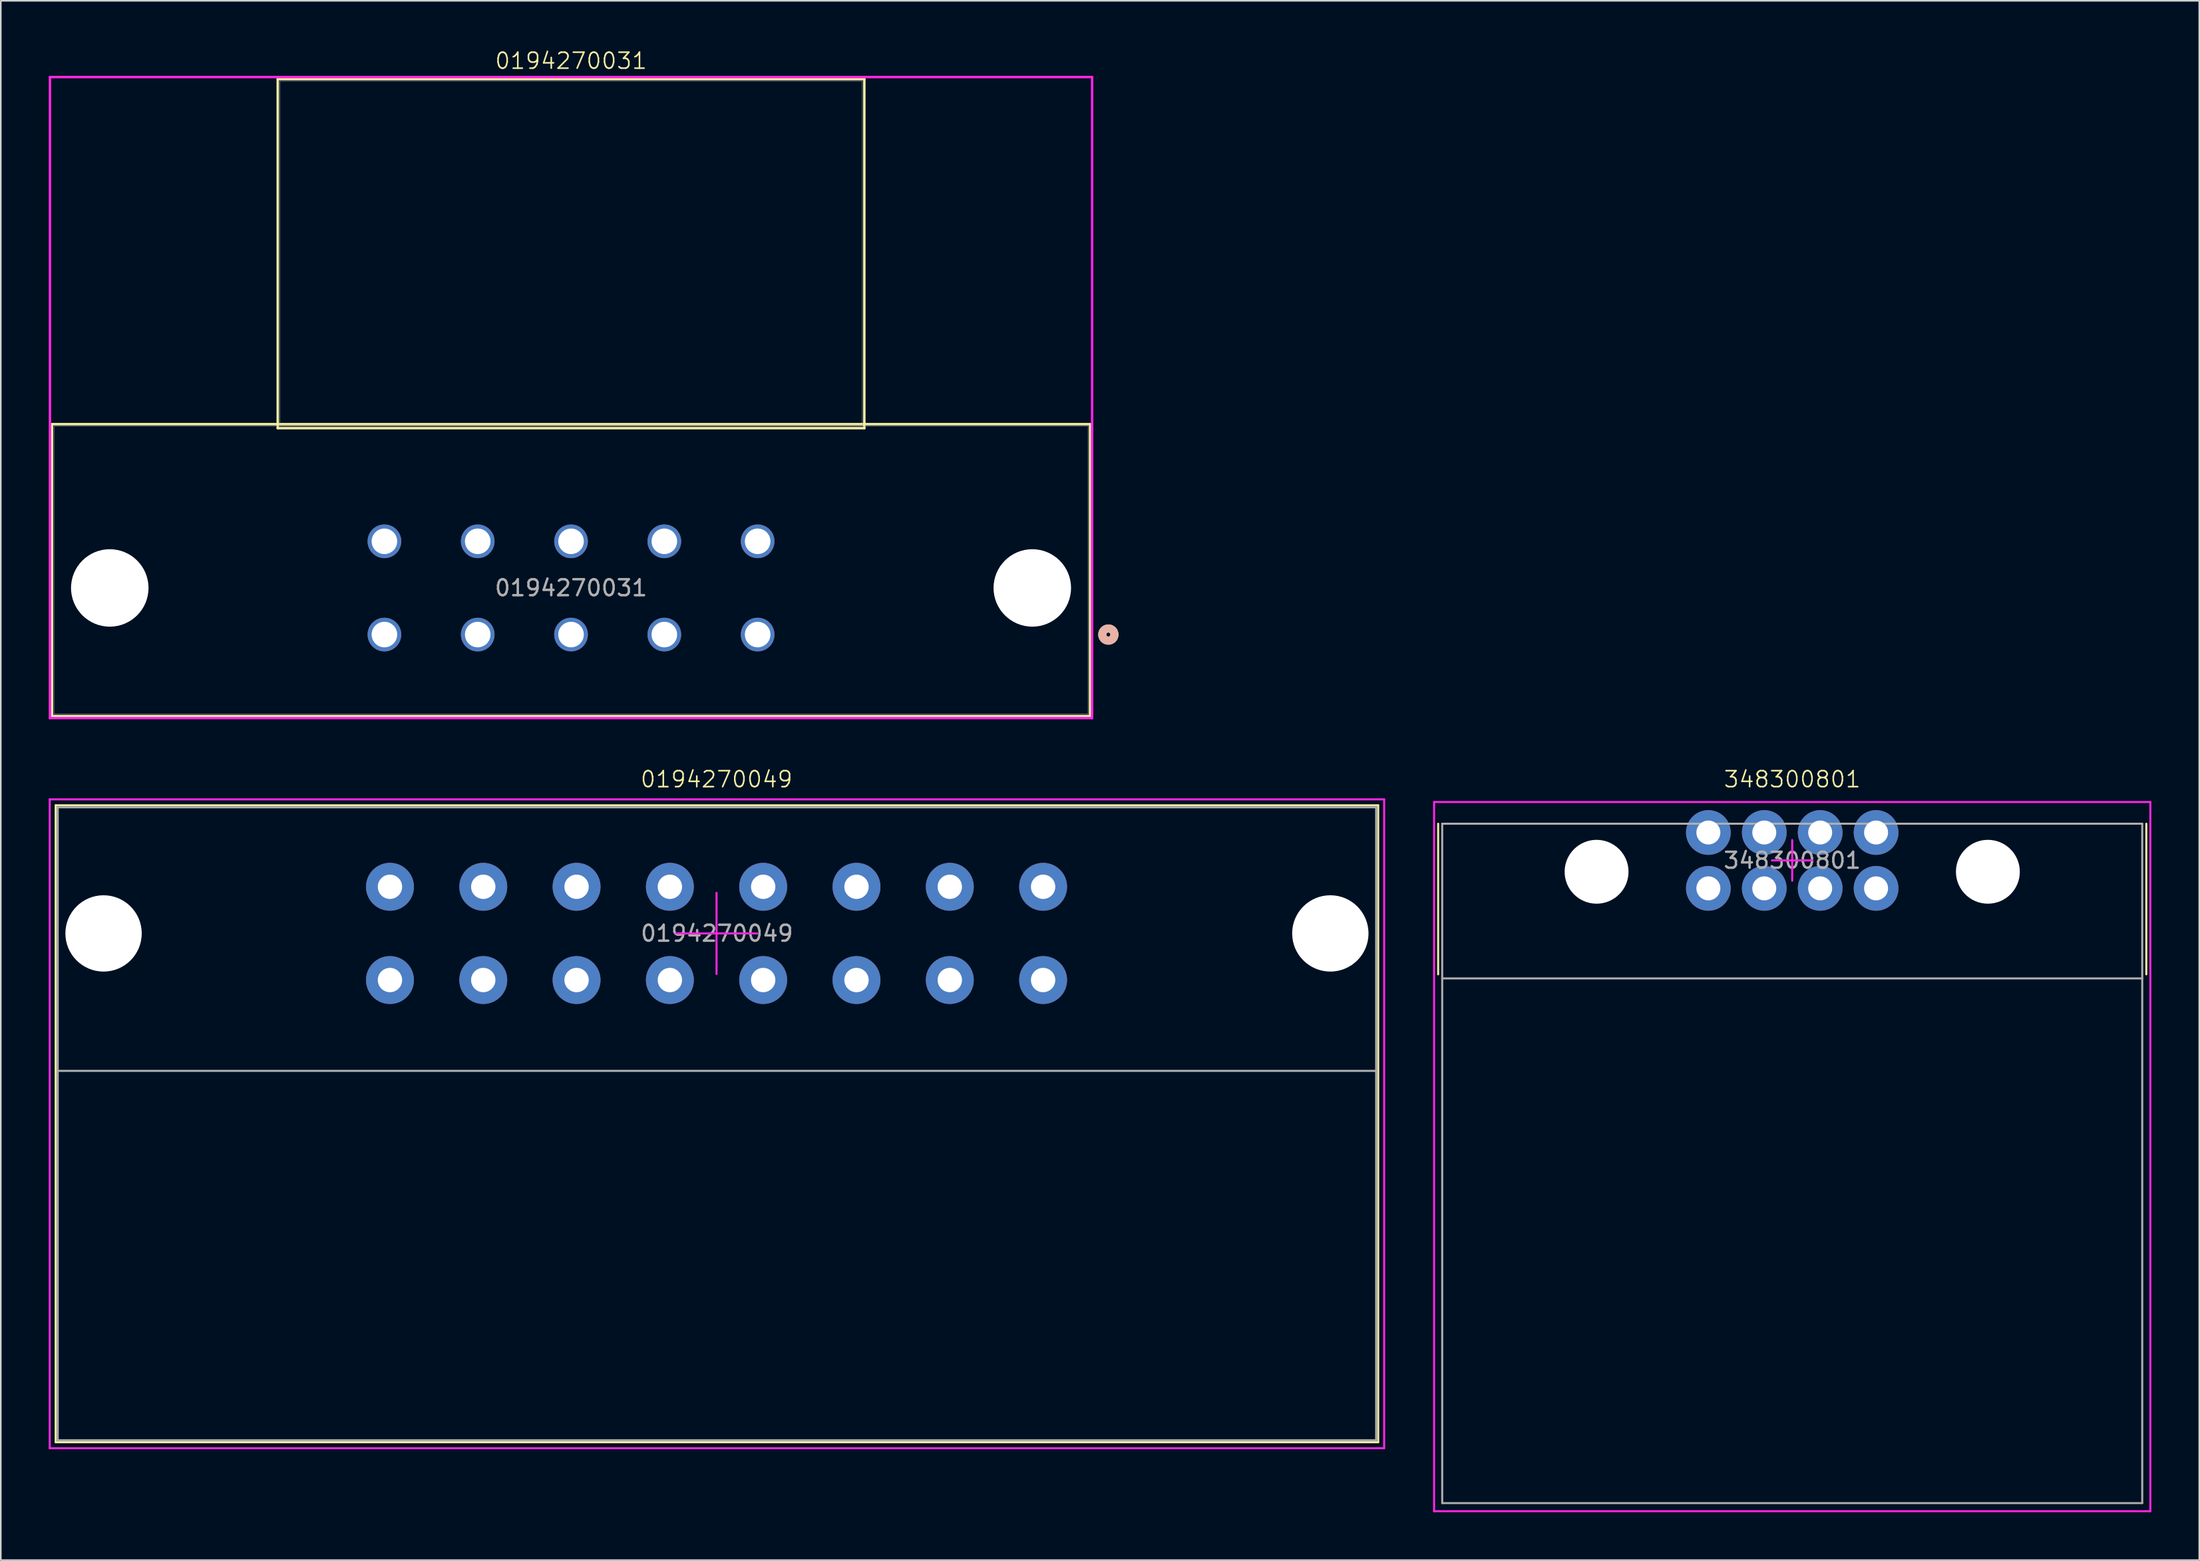
<source format=kicad_pcb>
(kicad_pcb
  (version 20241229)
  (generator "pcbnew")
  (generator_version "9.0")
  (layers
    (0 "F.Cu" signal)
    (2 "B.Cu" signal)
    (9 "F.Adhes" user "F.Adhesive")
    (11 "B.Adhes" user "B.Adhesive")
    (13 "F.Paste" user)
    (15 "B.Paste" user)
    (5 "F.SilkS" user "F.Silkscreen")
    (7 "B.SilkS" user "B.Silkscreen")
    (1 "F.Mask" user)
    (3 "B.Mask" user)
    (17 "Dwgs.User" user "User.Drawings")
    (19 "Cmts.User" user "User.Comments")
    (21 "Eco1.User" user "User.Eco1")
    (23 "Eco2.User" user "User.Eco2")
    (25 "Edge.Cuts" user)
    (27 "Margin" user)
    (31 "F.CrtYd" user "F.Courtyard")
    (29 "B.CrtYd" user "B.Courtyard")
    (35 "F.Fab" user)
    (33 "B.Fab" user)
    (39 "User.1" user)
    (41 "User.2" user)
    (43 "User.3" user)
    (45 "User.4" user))
  (footprint "0194270031"
    (layer "F.Cu")
    (at 32.703 33.781)
    (property "Reference" "0194270031" (at 0 -33.02 0) (unlocked yes) (layer "F.SilkS") (effects (font (size 1 1) (thickness 0.1))))
    (attr through_hole)
    (fp_line (start -32.499 -10.262) (end -32.499 8.026) (stroke (width 0.152) (type solid)) (layer "F.SilkS"))
    (fp_line (start -32.499 8.026) (end 32.499 8.026) (stroke (width 0.152) (type solid)) (layer "F.SilkS"))
    (fp_line (start -18.364 -31.877) (end -18.364 -10.008) (stroke (width 0.152) (type solid)) (layer "F.SilkS"))
    (fp_line (start -18.364 -10.008) (end 18.364 -10.008) (stroke (width 0.152) (type solid)) (layer "F.SilkS"))
    (fp_line (start 18.364 -31.877) (end -18.364 -31.877) (stroke (width 0.152) (type solid)) (layer "F.SilkS"))
    (fp_line (start 18.364 -10.008) (end 18.364 -31.877) (stroke (width 0.152) (type solid)) (layer "F.SilkS"))
    (fp_line (start 32.499 -10.262) (end -32.499 -10.262) (stroke (width 0.152) (type solid)) (layer "F.SilkS"))
    (fp_line (start 32.499 8.026) (end 32.499 -10.262) (stroke (width 0.152) (type solid)) (layer "F.SilkS"))
    (fp_circle (center 33.642 2.921) (end 34.023 2.921) (stroke (width 0.508) (type solid)) (fill no) (layer "F.SilkS"))
    (fp_circle (center 33.642 2.921) (end 34.023 2.921) (stroke (width 0.508) (type solid)) (fill no) (layer "B.SilkS"))
    (fp_line (start -32.626 -32.004) (end -32.626 8.153) (stroke (width 0.152) (type solid)) (layer "F.CrtYd"))
    (fp_line (start -32.626 8.153) (end 32.626 8.153) (stroke (width 0.152) (type solid)) (layer "F.CrtYd"))
    (fp_line (start 32.626 -32.004) (end -32.626 -32.004) (stroke (width 0.152) (type solid)) (layer "F.CrtYd"))
    (fp_line (start 32.626 8.153) (end 32.626 -32.004) (stroke (width 0.152) (type solid)) (layer "F.CrtYd"))
    (fp_line (start -32.372 -10.135) (end -32.372 7.899) (stroke (width 0.025) (type solid)) (layer "F.Fab"))
    (fp_line (start -32.372 7.899) (end 32.372 7.899) (stroke (width 0.025) (type solid)) (layer "F.Fab"))
    (fp_line (start -18.237 -31.75) (end -18.237 -10.135) (stroke (width 0.025) (type solid)) (layer "F.Fab"))
    (fp_line (start -18.237 -10.135) (end 18.237 -10.135) (stroke (width 0.025) (type solid)) (layer "F.Fab"))
    (fp_line (start 18.237 -31.75) (end -18.237 -31.75) (stroke (width 0.025) (type solid)) (layer "F.Fab"))
    (fp_line (start 18.237 -10.135) (end 18.237 -31.75) (stroke (width 0.025) (type solid)) (layer "F.Fab"))
    (fp_line (start 32.372 -10.135) (end -32.372 -10.135) (stroke (width 0.025) (type solid)) (layer "F.Fab"))
    (fp_line (start 32.372 7.899) (end 32.372 -10.135) (stroke (width 0.025) (type solid)) (layer "F.Fab"))
    (fp_circle (center 11.684 2.921) (end 12.065 2.921) (stroke (width 0.508) (type solid)) (fill no) (layer "F.Fab"))
    (fp_text user "${REFERENCE}" (at 0 0 0) (unlocked yes) (layer "F.Fab") (effects (font (size 1 1) (thickness 0.15))))
    (pad "" np_thru_hole circle (at -28.88 0) (size 4.851 4.851) (drill 4.851) (layers "*.Cu" "*.Mask"))
    (pad "" np_thru_hole circle (at 28.88 0) (size 4.851 4.851) (drill 4.851) (layers "*.Cu" "*.Mask"))
    (pad "1" thru_hole circle (at 11.684 2.921) (size 2.108 2.108) (drill 1.6) (layers "*.Cu" "*.Mask"))
    (pad "2" thru_hole circle (at 5.842 2.921) (size 2.108 2.108) (drill 1.6) (layers "*.Cu" "*.Mask"))
    (pad "3" thru_hole circle (at 0 2.921) (size 2.108 2.108) (drill 1.6) (layers "*.Cu" "*.Mask"))
    (pad "4" thru_hole circle (at -5.842 2.921) (size 2.108 2.108) (drill 1.6) (layers "*.Cu" "*.Mask"))
    (pad "5" thru_hole circle (at -11.684 2.921) (size 2.108 2.108) (drill 1.6) (layers "*.Cu" "*.Mask"))
    (pad "6" thru_hole circle (at 11.684 -2.921) (size 2.108 2.108) (drill 1.6) (layers "*.Cu" "*.Mask"))
    (pad "7" thru_hole circle (at 5.842 -2.921) (size 2.108 2.108) (drill 1.6) (layers "*.Cu" "*.Mask"))
    (pad "8" thru_hole circle (at 0 -2.921) (size 2.108 2.108) (drill 1.6) (layers "*.Cu" "*.Mask"))
    (pad "9" thru_hole circle (at -5.842 -2.921) (size 2.108 2.108) (drill 1.6) (layers "*.Cu" "*.Mask"))
    (pad "10" thru_hole circle (at -11.684 -2.921) (size 2.108 2.108) (drill 1.6) (layers "*.Cu" "*.Mask")))
  (footprint "348300801"
    (layer "F.Cu")
    (at 109.163 50.851)
    (property "Reference" "348300801" (at 0 -5.08 0) (unlocked yes) (layer "F.SilkS") (effects (font (size 1 1) (thickness 0.1))))
    (attr through_hole)
    (fp_line (start -22.169 7.136) (end -22.169 -2.3) (stroke (width 0.127) (type solid)) (layer "F.SilkS"))
    (fp_line (start 22.169 7.136) (end 22.169 -2.3) (stroke (width 0.127) (type solid)) (layer "F.SilkS"))
    (fp_line (start -22.423 -3.658) (end 22.423 -3.658) (stroke (width 0.127) (type solid)) (layer "F.CrtYd"))
    (fp_line (start -22.423 40.768) (end -22.423 -3.658) (stroke (width 0.127) (type solid)) (layer "F.CrtYd"))
    (fp_line (start -22.423 40.768) (end 22.423 40.768) (stroke (width 0.127) (type solid)) (layer "F.CrtYd"))
    (fp_line (start 0 0) (end -1.27 0) (stroke (width 0.127) (type solid)) (layer "F.CrtYd"))
    (fp_line (start 0 0) (end 0 -1.27) (stroke (width 0.127) (type solid)) (layer "F.CrtYd"))
    (fp_line (start 0 0) (end 0 1.27) (stroke (width 0.127) (type solid)) (layer "F.CrtYd"))
    (fp_line (start 0 0) (end 1.27 0) (stroke (width 0.127) (type solid)) (layer "F.CrtYd"))
    (fp_line (start 22.423 40.768) (end 22.423 -3.658) (stroke (width 0.127) (type solid)) (layer "F.CrtYd"))
    (fp_line (start -21.915 -2.3) (end -21.915 40.26) (stroke (width 0.127) (type solid)) (layer "F.Fab"))
    (fp_line (start -21.915 -2.3) (end 21.915 -2.3) (stroke (width 0.127) (type solid)) (layer "F.Fab"))
    (fp_line (start -21.915 7.39) (end 21.915 7.39) (stroke (width 0.127) (type solid)) (layer "F.Fab"))
    (fp_line (start -21.915 40.26) (end 21.915 40.26) (stroke (width 0.127) (type solid)) (layer "F.Fab"))
    (fp_line (start 21.915 40.26) (end 21.915 -2.3) (stroke (width 0.127) (type solid)) (layer "F.Fab"))
    (fp_text user "${REFERENCE}" (at 0 0 0) (unlocked yes) (layer "F.Fab") (effects (font (size 1 1) (thickness 0.15))))
    (pad "" np_thru_hole circle (at -12.25 0.71) (size 4 4) (drill 4) (layers "*.Cu" "*.Mask"))
    (pad "" np_thru_hole circle (at 12.25 0.71) (size 4 4) (drill 4) (layers "*.Cu" "*.Mask"))
    (pad "1" thru_hole circle (at -5.25 -1.75) (size 2.8 2.8) (drill 1.5) (layers "*.Cu" "*.Mask"))
    (pad "2" thru_hole circle (at -1.75 -1.75) (size 2.8 2.8) (drill 1.5) (layers "*.Cu" "*.Mask"))
    (pad "3" thru_hole circle (at 1.75 -1.75) (size 2.8 2.8) (drill 1.5) (layers "*.Cu" "*.Mask"))
    (pad "4" thru_hole circle (at 5.25 -1.75) (size 2.8 2.8) (drill 1.5) (layers "*.Cu" "*.Mask"))
    (pad "5" thru_hole circle (at -5.25 1.75) (size 2.8 2.8) (drill 1.5) (layers "*.Cu" "*.Mask"))
    (pad "6" thru_hole circle (at -1.75 1.75) (size 2.8 2.8) (drill 1.5) (layers "*.Cu" "*.Mask"))
    (pad "7" thru_hole circle (at 1.75 1.75) (size 2.8 2.8) (drill 1.5) (layers "*.Cu" "*.Mask"))
    (pad "8" thru_hole circle (at 5.25 1.75) (size 2.8 2.8) (drill 1.5) (layers "*.Cu" "*.Mask")))
  (footprint "0194270049"
    (layer "F.Cu")
    (at 41.813 55.423)
    (property "Reference" "0194270049" (at 0 -9.652 0) (unlocked yes) (layer "F.SilkS") (effects (font (size 1 1) (thickness 0.1))))
    (attr through_hole)
    (fp_line (start -41.377 -8.026) (end -41.377 31.877) (stroke (width 0.127) (type solid)) (layer "F.SilkS"))
    (fp_line (start -41.377 31.877) (end 41.427 31.877) (stroke (width 0.127) (type solid)) (layer "F.SilkS"))
    (fp_line (start 41.427 -8.026) (end -41.377 -8.026) (stroke (width 0.127) (type solid)) (layer "F.SilkS"))
    (fp_line (start 41.427 31.877) (end 41.427 -8.026) (stroke (width 0.127) (type solid)) (layer "F.SilkS"))
    (fp_line (start -41.75 -8.399) (end -41.75 32.25) (stroke (width 0.127) (type solid)) (layer "F.CrtYd"))
    (fp_line (start -41.75 32.25) (end 41.8 32.25) (stroke (width 0.127) (type solid)) (layer "F.CrtYd"))
    (fp_line (start 0 0) (end -2.54 0) (stroke (width 0.127) (type solid)) (layer "F.CrtYd"))
    (fp_line (start 0 0) (end 0 -2.54) (stroke (width 0.127) (type solid)) (layer "F.CrtYd"))
    (fp_line (start 0 0) (end 0 2.54) (stroke (width 0.127) (type solid)) (layer "F.CrtYd"))
    (fp_line (start 0 0) (end 2.54 0) (stroke (width 0.127) (type solid)) (layer "F.CrtYd"))
    (fp_line (start 41.8 -8.399) (end -41.75 -8.399) (stroke (width 0.127) (type solid)) (layer "F.CrtYd"))
    (fp_line (start 41.8 32.25) (end 41.8 -8.399) (stroke (width 0.127) (type solid)) (layer "F.CrtYd"))
    (fp_line (start -41.25 -7.899) (end -41.25 31.75) (stroke (width 0.127) (type solid)) (layer "F.Fab"))
    (fp_line (start -41.25 31.75) (end 41.3 31.75) (stroke (width 0.127) (type solid)) (layer "F.Fab"))
    (fp_line (start 41.3 -7.899) (end -41.25 -7.899) (stroke (width 0.127) (type solid)) (layer "F.Fab"))
    (fp_line (start 41.3 8.611) (end -41.25 8.611) (stroke (width 0.127) (type solid)) (layer "F.Fab"))
    (fp_line (start 41.3 31.75) (end 41.3 -7.899) (stroke (width 0.127) (type solid)) (layer "F.Fab"))
    (fp_text user "${REFERENCE}" (at 0.025 0 0) (unlocked yes) (layer "F.Fab") (effects (font (size 1 1) (thickness 0.15))))
    (pad "" np_thru_hole circle (at -38.379 0) (size 4.78 4.78) (drill 4.78) (layers "*.Cu" "*.Mask"))
    (pad "" np_thru_hole circle (at 38.43 0) (size 4.78 4.78) (drill 4.78) (layers "*.Cu" "*.Mask"))
    (pad "1" thru_hole circle (at -20.447 -2.921) (size 3 3) (drill 1.524) (layers "*.Cu" "*.Mask"))
    (pad "2" thru_hole circle (at -14.605 -2.921) (size 3 3) (drill 1.524) (layers "*.Cu" "*.Mask"))
    (pad "3" thru_hole circle (at -8.763 -2.921) (size 3 3) (drill 1.524) (layers "*.Cu" "*.Mask"))
    (pad "4" thru_hole circle (at -2.921 -2.921) (size 3 3) (drill 1.524) (layers "*.Cu" "*.Mask"))
    (pad "5" thru_hole circle (at 2.921 -2.921) (size 3 3) (drill 1.524) (layers "*.Cu" "*.Mask"))
    (pad "6" thru_hole circle (at 8.763 -2.921) (size 3 3) (drill 1.524) (layers "*.Cu" "*.Mask"))
    (pad "7" thru_hole circle (at 14.605 -2.921) (size 3 3) (drill 1.524) (layers "*.Cu" "*.Mask"))
    (pad "8" thru_hole circle (at 20.447 -2.921) (size 3 3) (drill 1.524) (layers "*.Cu" "*.Mask"))
    (pad "9" thru_hole circle (at -20.447 2.921) (size 3 3) (drill 1.524) (layers "*.Cu" "*.Mask"))
    (pad "10" thru_hole circle (at -14.605 2.921) (size 3 3) (drill 1.524) (layers "*.Cu" "*.Mask"))
    (pad "11" thru_hole circle (at -8.763 2.921) (size 3 3) (drill 1.524) (layers "*.Cu" "*.Mask"))
    (pad "12" thru_hole circle (at -2.921 2.921) (size 3 3) (drill 1.524) (layers "*.Cu" "*.Mask"))
    (pad "13" thru_hole circle (at 2.921 2.921) (size 3 3) (drill 1.524) (layers "*.Cu" "*.Mask"))
    (pad "14" thru_hole circle (at 8.763 2.921) (size 3 3) (drill 1.524) (layers "*.Cu" "*.Mask"))
    (pad "15" thru_hole circle (at 14.605 2.921) (size 3 3) (drill 1.524) (layers "*.Cu" "*.Mask"))
    (pad "16" thru_hole circle (at 20.447 2.921) (size 3 3) (drill 1.524) (layers "*.Cu" "*.Mask")))
  (gr_rect
    (start -3 -3)
    (end 134.649 94.683)
    (stroke (width 0.1) (type default))
    (fill no)
    (layer "Edge.Cuts")))
</source>
